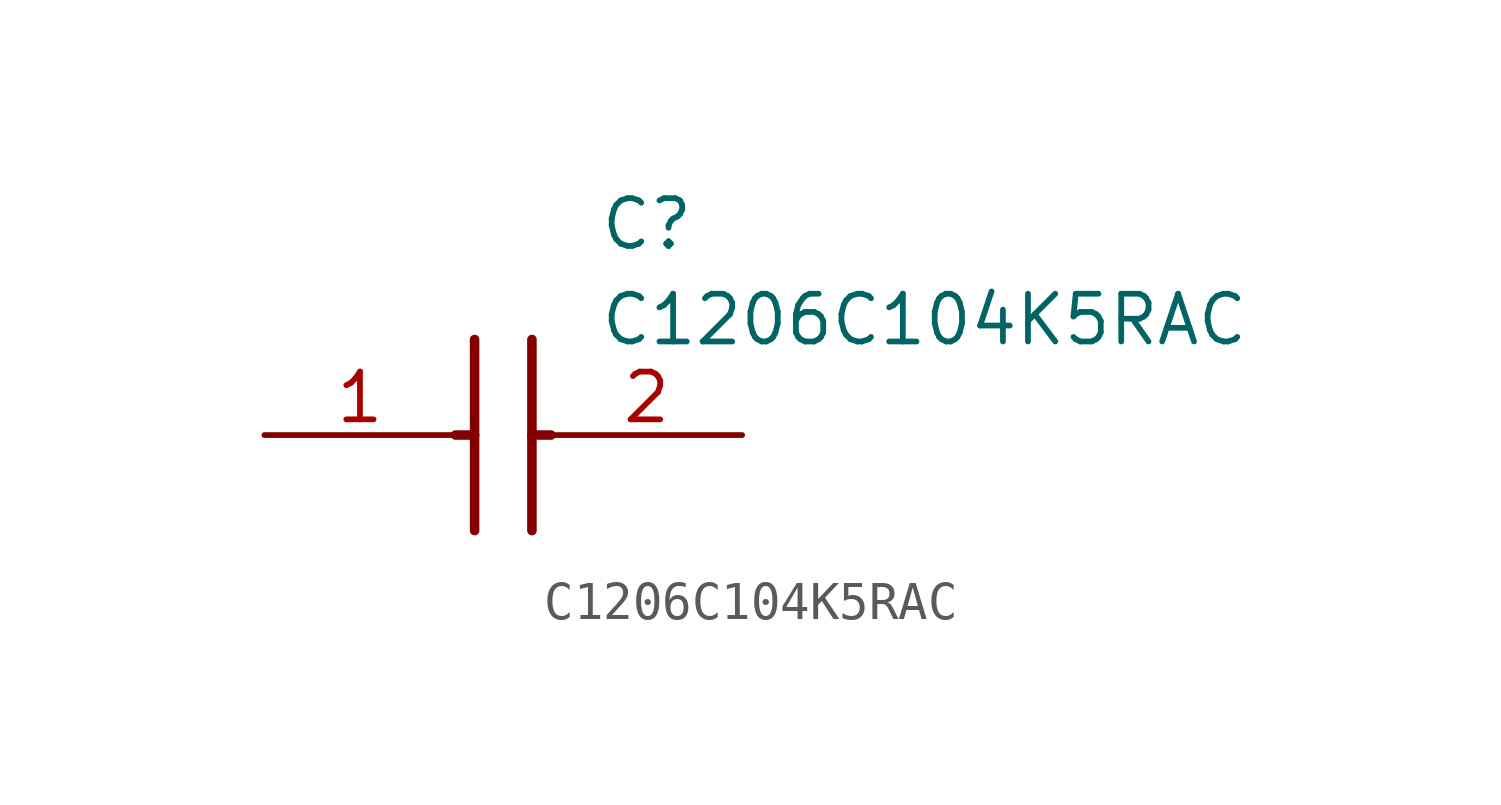
<source format=kicad_sym>
(kicad_symbol_lib
  (version 20211014)
  (generator SamacSys_ECAD_Model)
  (symbol "C1206C104K5RAC"
    (pin_names hide)
    (property "Reference" "C"
      (at 8.89 6.35 0)
      (effects (font (size 1.27 1.27)) (justify left top)))
    (property "Value" "C1206C104K5RAC"
      (at 8.89 3.81 0)
      (effects (font (size 1.27 1.27)) (justify left top)))
    (polyline
      (pts (xy 5.588 2.54) (xy 5.588 -2.54))
      (stroke (width 0.254) (type default))
      (fill (type none)))
    (polyline
      (pts (xy 7.112 2.54) (xy 7.112 -2.54))
      (stroke (width 0.254) (type default))
      (fill (type none)))
    (polyline
      (pts (xy 5.08 0) (xy 5.588 0))
      (stroke (width 0.254) (type default))
      (fill (type none)))
    (polyline
      (pts (xy 7.112 0) (xy 7.62 0))
      (stroke (width 0.254) (type default))
      (fill (type none)))
    (pin passive line
      (at 0 0 0)
      (length 5.08)
      (name "1" (effects (font (size 1.27 1.27))))
      (number "1" (effects (font (size 1.27 1.27)))))
    (pin passive line
      (at 12.7 0 180)
      (length 5.08)
      (name "2" (effects (font (size 1.27 1.27))))
      (number "2" (effects (font (size 1.27 1.27)))))))
</source>
